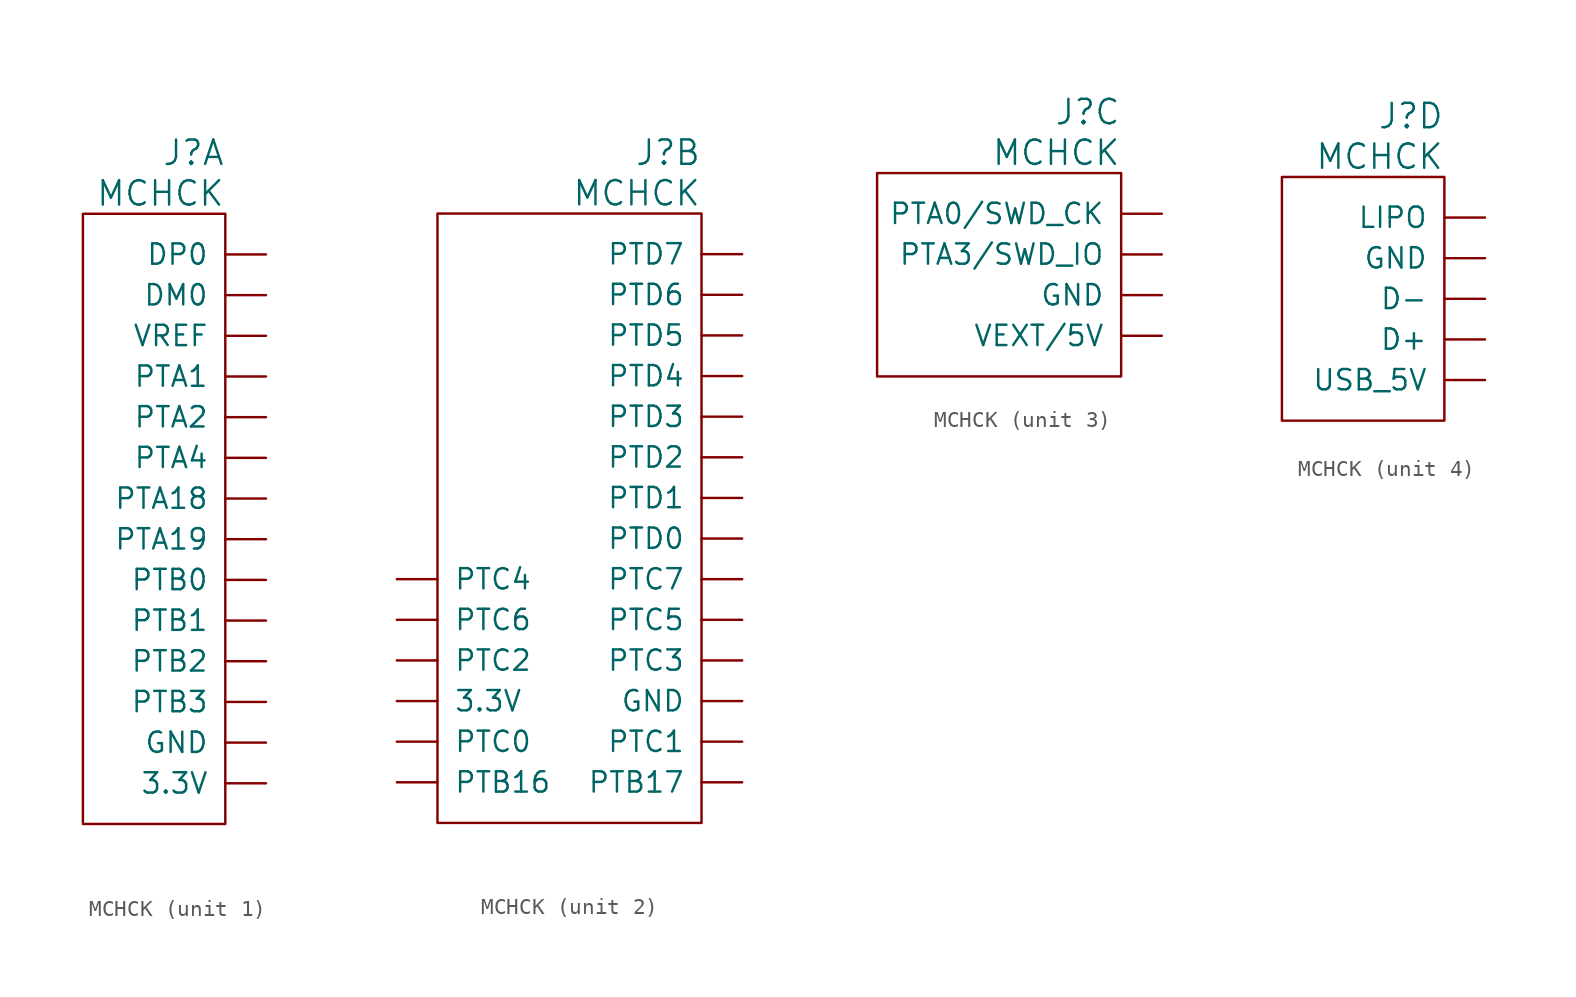
<source format=kicad_sym>
(kicad_symbol_lib
  (version 20211014)
  (generator kicad_symbol_editor)
  (symbol "MCHCK"
    (pin_numbers hide)
    (pin_names
      (offset 1.016))
    (property "Reference" "J"
      (at 0 3.81 0)
      (effects (font (size 1.524 1.524)) (justify right)))
    (property "Value" "MCHCK"
      (at 0 1.27 0)
      (effects (font (size 1.524 1.524)) (justify right)))
    (property "ki_locked" ""
      (at 0 0 0)
      (effects (font (size 1.27 1.27))))
    (symbol "MCHCK_1_1"
      (rectangle (start 0 -38.1) (end -8.89 0) (stroke (width 0) (type default) (color 0 0 0 0)) (fill (type none)))
      (pin input line (at 2.54 -2.54 180) (length 2.54) (name "DP0" (effects (font (size 1.27 1.27)))) (number "L1" (effects (font (size 1.27 1.27)))))
      (pin passive line (at 2.54 -25.4 180) (length 2.54) (name "PTB1" (effects (font (size 1.27 1.27)))) (number "L10" (effects (font (size 1.27 1.27)))))
      (pin passive line (at 2.54 -27.94 180) (length 2.54) (name "PTB2" (effects (font (size 1.27 1.27)))) (number "L11" (effects (font (size 1.27 1.27)))))
      (pin passive line (at 2.54 -30.48 180) (length 2.54) (name "PTB3" (effects (font (size 1.27 1.27)))) (number "L12" (effects (font (size 1.27 1.27)))))
      (pin power_out line (at 2.54 -33.02 180) (length 2.54) (name "GND" (effects (font (size 1.27 1.27)))) (number "L13" (effects (font (size 1.27 1.27)))))
      (pin power_out line (at 2.54 -35.56 180) (length 2.54) (name "3.3V" (effects (font (size 1.27 1.27)))) (number "L14" (effects (font (size 1.27 1.27)))))
      (pin input line (at 2.54 -5.08 180) (length 2.54) (name "DM0" (effects (font (size 1.27 1.27)))) (number "L2" (effects (font (size 1.27 1.27)))))
      (pin passive line (at 2.54 -7.62 180) (length 2.54) (name "VREF" (effects (font (size 1.27 1.27)))) (number "L3" (effects (font (size 1.27 1.27)))))
      (pin passive line (at 2.54 -10.16 180) (length 2.54) (name "PTA1" (effects (font (size 1.27 1.27)))) (number "L4" (effects (font (size 1.27 1.27)))))
      (pin passive line (at 2.54 -12.7 180) (length 2.54) (name "PTA2" (effects (font (size 1.27 1.27)))) (number "L5" (effects (font (size 1.27 1.27)))))
      (pin passive line (at 2.54 -15.24 180) (length 2.54) (name "PTA4" (effects (font (size 1.27 1.27)))) (number "L6" (effects (font (size 1.27 1.27)))))
      (pin passive line (at 2.54 -17.78 180) (length 2.54) (name "PTA18" (effects (font (size 1.27 1.27)))) (number "L7" (effects (font (size 1.27 1.27)))))
      (pin passive line (at 2.54 -20.32 180) (length 2.54) (name "PTA19" (effects (font (size 1.27 1.27)))) (number "L8" (effects (font (size 1.27 1.27)))))
      (pin passive line (at 2.54 -22.86 180) (length 2.54) (name "PTB0" (effects (font (size 1.27 1.27)))) (number "L9" (effects (font (size 1.27 1.27))))))
    (symbol "MCHCK_2_1"
      (rectangle (start 0 -38.1) (end -16.51 0) (stroke (width 0) (type default) (color 0 0 0 0)) (fill (type none)))
      (pin passive line (at 2.54 -2.54 180) (length 2.54) (name "PTD7" (effects (font (size 1.27 1.27)))) (number "R1" (effects (font (size 1.27 1.27)))))
      (pin passive line (at 2.54 -25.4 180) (length 2.54) (name "PTC5" (effects (font (size 1.27 1.27)))) (number "R10" (effects (font (size 1.27 1.27)))))
      (pin passive line (at 2.54 -27.94 180) (length 2.54) (name "PTC3" (effects (font (size 1.27 1.27)))) (number "R11" (effects (font (size 1.27 1.27)))))
      (pin power_out line (at 2.54 -30.48 180) (length 2.54) (name "GND" (effects (font (size 1.27 1.27)))) (number "R12" (effects (font (size 1.27 1.27)))))
      (pin passive line (at 2.54 -33.02 180) (length 2.54) (name "PTC1" (effects (font (size 1.27 1.27)))) (number "R13" (effects (font (size 1.27 1.27)))))
      (pin passive line (at 2.54 -35.56 180) (length 2.54) (name "PTB17" (effects (font (size 1.27 1.27)))) (number "R14" (effects (font (size 1.27 1.27)))))
      (pin passive line (at 2.54 -5.08 180) (length 2.54) (name "PTD6" (effects (font (size 1.27 1.27)))) (number "R2" (effects (font (size 1.27 1.27)))))
      (pin passive line (at 2.54 -7.62 180) (length 2.54) (name "PTD5" (effects (font (size 1.27 1.27)))) (number "R3" (effects (font (size 1.27 1.27)))))
      (pin passive line (at 2.54 -10.16 180) (length 2.54) (name "PTD4" (effects (font (size 1.27 1.27)))) (number "R4" (effects (font (size 1.27 1.27)))))
      (pin passive line (at 2.54 -12.7 180) (length 2.54) (name "PTD3" (effects (font (size 1.27 1.27)))) (number "R5" (effects (font (size 1.27 1.27)))))
      (pin passive line (at 2.54 -15.24 180) (length 2.54) (name "PTD2" (effects (font (size 1.27 1.27)))) (number "R6" (effects (font (size 1.27 1.27)))))
      (pin passive line (at 2.54 -17.78 180) (length 2.54) (name "PTD1" (effects (font (size 1.27 1.27)))) (number "R7" (effects (font (size 1.27 1.27)))))
      (pin passive line (at 2.54 -20.32 180) (length 2.54) (name "PTD0" (effects (font (size 1.27 1.27)))) (number "R8" (effects (font (size 1.27 1.27)))))
      (pin passive line (at 2.54 -22.86 180) (length 2.54) (name "PTC7" (effects (font (size 1.27 1.27)))) (number "R9" (effects (font (size 1.27 1.27)))))
      (pin passive line (at -19.05 -22.86 0) (length 2.54) (name "PTC4" (effects (font (size 1.27 1.27)))) (number "RI1" (effects (font (size 1.27 1.27)))))
      (pin passive line (at -19.05 -25.4 0) (length 2.54) (name "PTC6" (effects (font (size 1.27 1.27)))) (number "RI2" (effects (font (size 1.27 1.27)))))
      (pin passive line (at -19.05 -27.94 0) (length 2.54) (name "PTC2" (effects (font (size 1.27 1.27)))) (number "RI3" (effects (font (size 1.27 1.27)))))
      (pin power_out line (at -19.05 -30.48 0) (length 2.54) (name "3.3V" (effects (font (size 1.27 1.27)))) (number "RI4" (effects (font (size 1.27 1.27)))))
      (pin passive line (at -19.05 -33.02 0) (length 2.54) (name "PTC0" (effects (font (size 1.27 1.27)))) (number "RI5" (effects (font (size 1.27 1.27)))))
      (pin passive line (at -19.05 -35.56 0) (length 2.54) (name "PTB16" (effects (font (size 1.27 1.27)))) (number "RI6" (effects (font (size 1.27 1.27))))))
    (symbol "MCHCK_3_1"
      (rectangle (start 0 -12.7) (end -15.24 0) (stroke (width 0) (type default) (color 0 0 0 0)) (fill (type none)))
      (pin passive line (at 2.54 -2.54 180) (length 2.54) (name "PTA0/SWD_CK" (effects (font (size 1.27 1.27)))) (number "D1" (effects (font (size 1.27 1.27)))))
      (pin passive line (at 2.54 -5.08 180) (length 2.54) (name "PTA3/SWD_IO" (effects (font (size 1.27 1.27)))) (number "D2" (effects (font (size 1.27 1.27)))))
      (pin power_out line (at 2.54 -7.62 180) (length 2.54) (name "GND" (effects (font (size 1.27 1.27)))) (number "D3" (effects (font (size 1.27 1.27)))))
      (pin power_out line (at 2.54 -10.16 180) (length 2.54) (name "VEXT/5V" (effects (font (size 1.27 1.27)))) (number "D4" (effects (font (size 1.27 1.27))))))
    (symbol "MCHCK_4_1"
      (rectangle (start 0 -15.24) (end -10.16 0) (stroke (width 0) (type default) (color 0 0 0 0)) (fill (type none)))
      (pin passive line (at 2.54 -2.54 180) (length 2.54) (name "LIPO" (effects (font (size 1.27 1.27)))) (number "U1" (effects (font (size 1.27 1.27)))))
      (pin power_out line (at 2.54 -5.08 180) (length 2.54) (name "GND" (effects (font (size 1.27 1.27)))) (number "U2" (effects (font (size 1.27 1.27)))))
      (pin passive line (at 2.54 -7.62 180) (length 2.54) (name "D-" (effects (font (size 1.27 1.27)))) (number "U3" (effects (font (size 1.27 1.27)))))
      (pin passive line (at 2.54 -10.16 180) (length 2.54) (name "D+" (effects (font (size 1.27 1.27)))) (number "U4" (effects (font (size 1.27 1.27)))))
      (pin power_out line (at 2.54 -12.7 180) (length 2.54) (name "USB_5V" (effects (font (size 1.27 1.27)))) (number "U5" (effects (font (size 1.27 1.27))))))))
</source>
